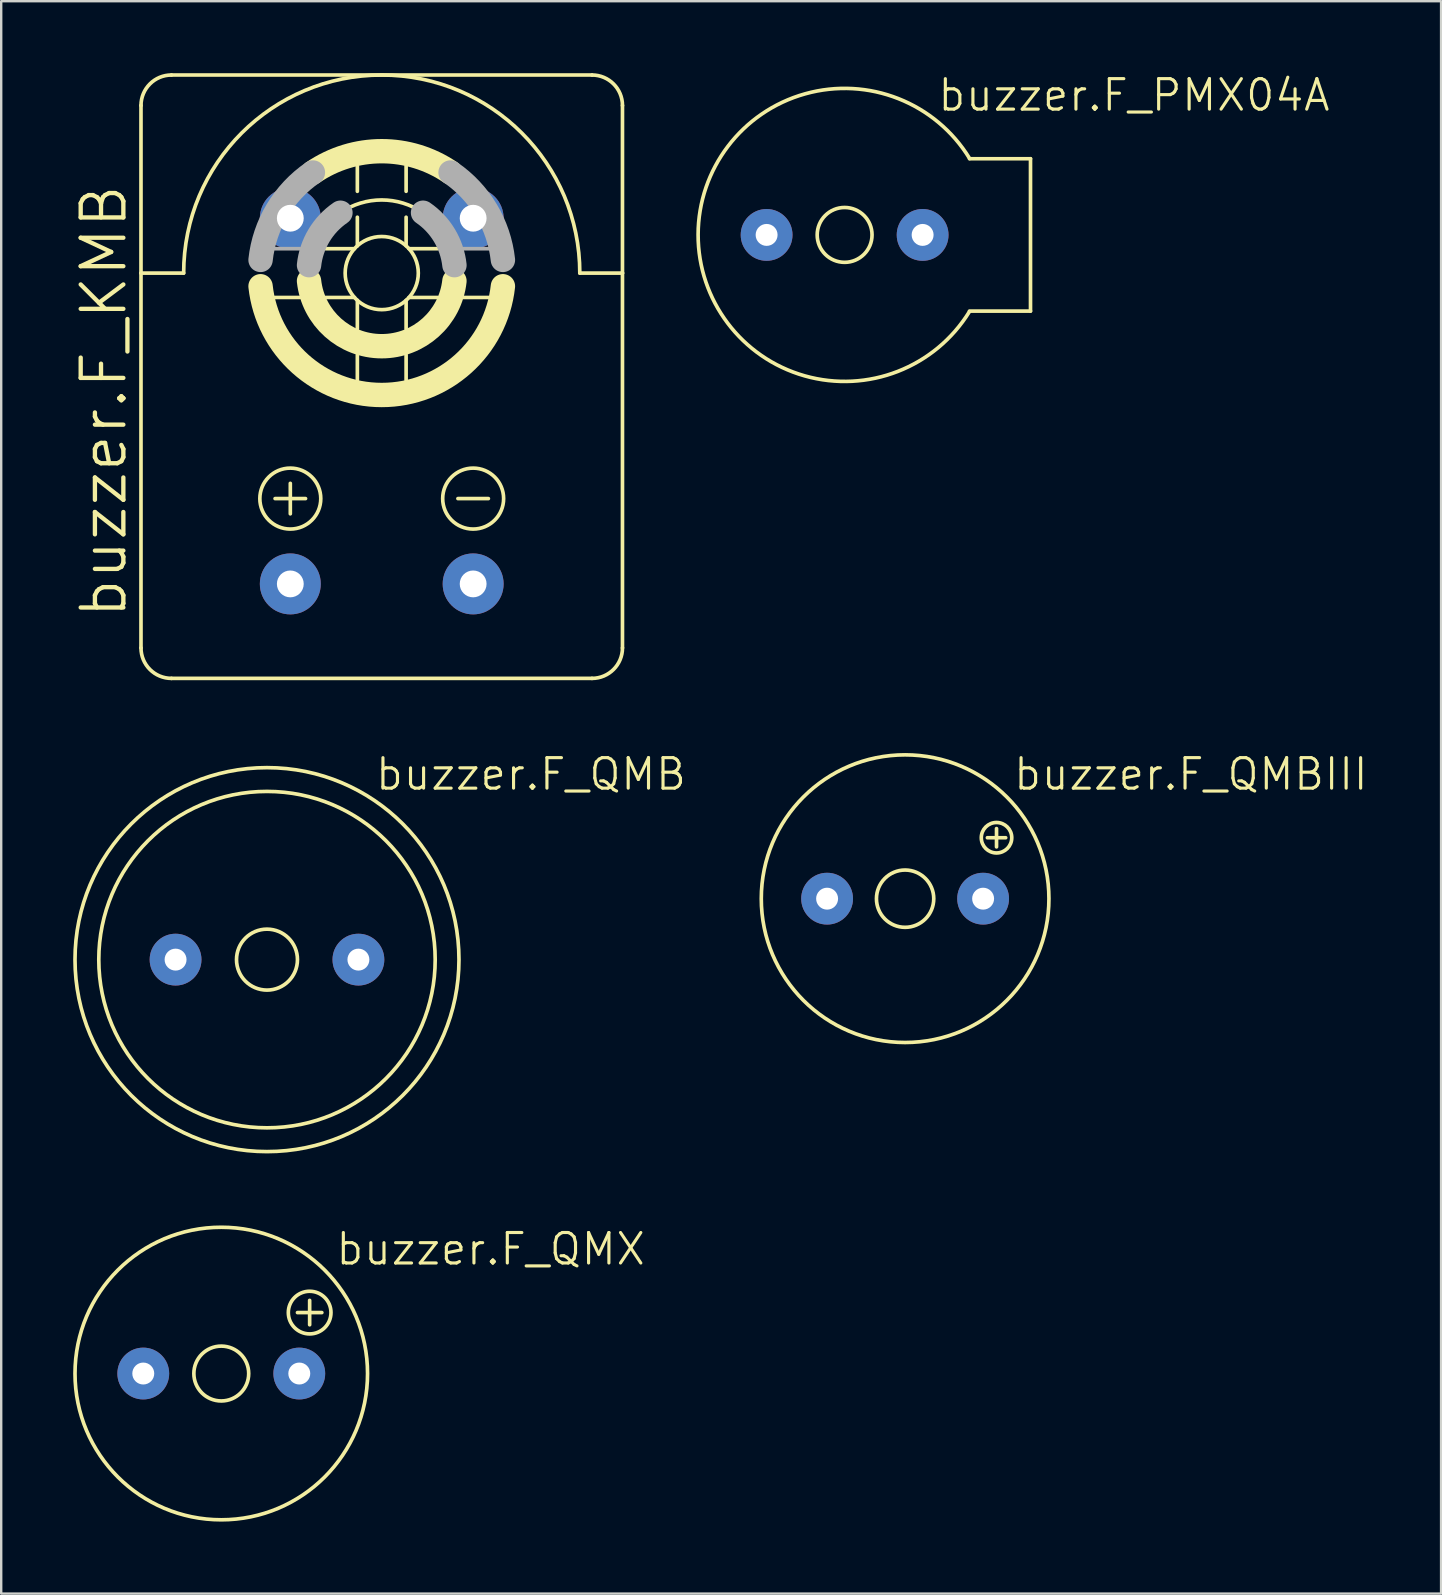
<source format=kicad_pcb>
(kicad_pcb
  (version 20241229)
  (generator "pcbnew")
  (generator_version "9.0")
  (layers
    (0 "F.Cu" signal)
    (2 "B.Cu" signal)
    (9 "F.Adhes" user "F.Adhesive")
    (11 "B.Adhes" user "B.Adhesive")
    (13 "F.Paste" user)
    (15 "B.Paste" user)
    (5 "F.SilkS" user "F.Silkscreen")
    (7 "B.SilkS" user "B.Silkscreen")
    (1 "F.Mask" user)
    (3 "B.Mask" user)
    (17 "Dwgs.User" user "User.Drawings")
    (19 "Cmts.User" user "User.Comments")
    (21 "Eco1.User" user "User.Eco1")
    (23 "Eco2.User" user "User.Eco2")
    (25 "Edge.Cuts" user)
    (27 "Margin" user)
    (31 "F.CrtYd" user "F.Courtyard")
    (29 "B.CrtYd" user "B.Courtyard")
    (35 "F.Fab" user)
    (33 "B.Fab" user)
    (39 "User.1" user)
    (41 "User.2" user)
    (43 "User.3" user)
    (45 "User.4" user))
  (footprint "buzzer.F_QMX"
    (layer "F.Cu")
    (at 6.172 54.193)
    (property "Reference" "buzzer.F_QMX" (at 4.699 -4.445 0) (layer "F.SilkS") (effects (font (size 1.27 1.27) (thickness 0.13)) (justify left bottom)))
    (attr through_hole)
    (fp_line (start 3.175 -2.54) (end 4.191 -2.54) (stroke (width 0.152) (type default)) (layer "F.SilkS"))
    (fp_line (start 3.683 -2.032) (end 3.683 -3.048) (stroke (width 0.152) (type default)) (layer "F.SilkS"))
    (fp_circle (center 0 0) (end 1.143 0) (stroke (width 0.152) (type default)) (fill no) (layer "F.SilkS"))
    (fp_circle (center 0 0) (end 6.096 0) (stroke (width 0.152) (type default)) (fill no) (layer "F.SilkS"))
    (fp_circle (center 3.683 -2.54) (end 4.572 -2.54) (stroke (width 0.152) (type default)) (fill no) (layer "F.SilkS"))
    (pad "+" thru_hole circle (at 3.251 0) (size 2.159 2.159) (drill 0.914) (layers "*.Cu" "*.Mask"))
    (pad "-" thru_hole circle (at -3.251 0) (size 2.159 2.159) (drill 0.914) (layers "*.Cu" "*.Mask")))
  (footprint "buzzer.F_KMB"
    (layer "F.Cu")
    (at 12.859 12.649)
    (property "Reference" "buzzer.F_KMB" (at -10.541 10.16 90) (layer "F.SilkS") (effects (font (size 1.778 1.778) (thickness 0.18)) (justify left bottom)))
    (attr through_hole)
    (fp_line (start -10.033 -11.303) (end -10.033 -4.318) (stroke (width 0.152) (type default)) (layer "F.SilkS"))
    (fp_line (start -10.033 -4.318) (end -10.033 11.303) (stroke (width 0.152) (type default)) (layer "F.SilkS"))
    (fp_line (start -10.033 -4.318) (end -8.255 -4.318) (stroke (width 0.152) (type default)) (layer "F.SilkS"))
    (fp_line (start -8.763 -12.573) (end 8.763 -12.573) (stroke (width 0.152) (type default)) (layer "F.SilkS"))
    (fp_line (start -8.763 12.573) (end 8.763 12.573) (stroke (width 0.152) (type default)) (layer "F.SilkS"))
    (fp_line (start -4.46 -3.302) (end -3.408 -3.302) (stroke (width 0.152) (type default)) (layer "F.SilkS"))
    (fp_line (start -4.445 5.08) (end -3.175 5.08) (stroke (width 0.152) (type default)) (layer "F.SilkS"))
    (fp_line (start -3.81 5.715) (end -3.81 4.445) (stroke (width 0.152) (type default)) (layer "F.SilkS"))
    (fp_line (start -2.328 -5.334) (end -1.136 -5.334) (stroke (width 0.152) (type default)) (layer "F.SilkS"))
    (fp_line (start -2.328 -3.302) (end -1.136 -3.302) (stroke (width 0.152) (type default)) (layer "F.SilkS"))
    (fp_line (start -1.016 -8.778) (end -1.016 -7.726) (stroke (width 0.152) (type default)) (layer "F.SilkS"))
    (fp_line (start -1.016 -6.646) (end -1.016 -5.454) (stroke (width 0.152) (type default)) (layer "F.SilkS"))
    (fp_line (start -1.016 -3.182) (end -1.016 -1.99) (stroke (width 0.152) (type default)) (layer "F.SilkS"))
    (fp_line (start -1.016 -0.91) (end -1.016 0.142) (stroke (width 0.152) (type default)) (layer "F.SilkS"))
    (fp_line (start 1.016 -8.778) (end 1.016 -7.726) (stroke (width 0.152) (type default)) (layer "F.SilkS"))
    (fp_line (start 1.016 -6.646) (end 1.016 -5.454) (stroke (width 0.152) (type default)) (layer "F.SilkS"))
    (fp_line (start 1.016 -3.182) (end 1.016 -1.99) (stroke (width 0.152) (type default)) (layer "F.SilkS"))
    (fp_line (start 1.016 -0.91) (end 1.016 0.142) (stroke (width 0.152) (type default)) (layer "F.SilkS"))
    (fp_line (start 1.136 -5.334) (end 2.328 -5.334) (stroke (width 0.152) (type default)) (layer "F.SilkS"))
    (fp_line (start 1.136 -3.302) (end 2.328 -3.302) (stroke (width 0.152) (type default)) (layer "F.SilkS"))
    (fp_line (start 3.175 5.08) (end 4.445 5.08) (stroke (width 0.152) (type default)) (layer "F.SilkS"))
    (fp_line (start 3.408 -3.302) (end 4.46 -3.302) (stroke (width 0.152) (type default)) (layer "F.SilkS"))
    (fp_line (start 8.255 -4.318) (end 10.033 -4.318) (stroke (width 0.152) (type default)) (layer "F.SilkS"))
    (fp_line (start 10.033 -11.303) (end 10.033 -4.318) (stroke (width 0.152) (type default)) (layer "F.SilkS"))
    (fp_line (start 10.033 -4.318) (end 10.033 11.303) (stroke (width 0.152) (type default)) (layer "F.SilkS"))
    (fp_arc (start -10.033 -11.303) (mid -9.661026 -12.201026) (end -8.763 -12.573) (stroke (width 0.1524) (type default)) (layer "F.SilkS"))
    (fp_arc (start -8.763 12.573) (mid -9.661026 12.201026) (end -10.033 11.303) (stroke (width 0.1524) (type default)) (layer "F.SilkS"))
    (fp_arc (start -8.255 -4.318) (mid 0 -12.573) (end 8.255 -4.318) (stroke (width 0.1524) (type default)) (layer "F.SilkS"))
    (fp_arc (start -2.8686 -8.5106) (mid 0 -9.398036) (end 2.8686 -8.5106) (stroke (width 1.016) (type default)) (layer "F.SilkS"))
    (fp_arc (start -1.7212 -6.8335) (mid 0 -7.365994) (end 1.7212 -6.8335) (stroke (width 0.1524) (type default)) (layer "F.SilkS"))
    (fp_arc (start 3.0302 -3.9886) (mid 0 -1.269949) (end -3.0302 -3.9886) (stroke (width 1.016) (type default)) (layer "F.SilkS"))
    (fp_arc (start 5.0503 -3.769098) (mid 0 0.762043) (end -5.0503 -3.769098) (stroke (width 1.016) (type default)) (layer "F.SilkS"))
    (fp_arc (start 8.763 -12.573) (mid 9.661026 -12.201026) (end 10.033 -11.303) (stroke (width 0.1524) (type default)) (layer "F.SilkS"))
    (fp_arc (start 10.033 11.303) (mid 9.661026 12.201026) (end 8.763 12.573) (stroke (width 0.1524) (type default)) (layer "F.SilkS"))
    (fp_circle (center -3.81 5.08) (end -2.54 5.08) (stroke (width 0.152) (type default)) (fill no) (layer "F.SilkS"))
    (fp_circle (center 0 -4.318) (end 1.524 -4.318) (stroke (width 0.152) (type default)) (fill no) (layer "F.SilkS"))
    (fp_circle (center 3.81 5.08) (end 5.08 5.08) (stroke (width 0.152) (type default)) (fill no) (layer "F.SilkS"))
    (fp_line (start -4.46 -5.334) (end -3.408 -5.334) (stroke (width 0.152) (type default)) (layer "F.Fab"))
    (fp_line (start 3.408 -5.334) (end 4.46 -5.334) (stroke (width 0.152) (type default)) (layer "F.Fab"))
    (fp_arc (start -5.0503 -4.8669) (mid -4.358484 -6.927675) (end -2.8686 -8.5106) (stroke (width 1.016) (type default)) (layer "F.Fab"))
    (fp_arc (start -3.0301 -4.6474) (mid -2.615047 -5.883786) (end -1.7212 -6.8335) (stroke (width 1.016) (type default)) (layer "F.Fab"))
    (fp_arc (start 1.7212 -6.8335) (mid 2.615138 -5.883802) (end 3.0303 -4.6474) (stroke (width 1.016) (type default)) (layer "F.Fab"))
    (fp_arc (start 2.8686 -8.5106) (mid 4.358529 -6.927684) (end 5.0504 -4.8669) (stroke (width 1.016) (type default)) (layer "F.Fab"))
    (pad "+" thru_hole circle (at -3.81 8.636) (size 2.54 2.54) (drill 1.118) (layers "*.Cu" "*.Mask"))
    (pad "-" thru_hole circle (at 3.81 8.636) (size 2.54 2.54) (drill 1.118) (layers "*.Cu" "*.Mask"))
    (pad "2" thru_hole circle (at 3.81 -6.604) (size 2.54 2.54) (drill 1.118) (layers "*.Cu" "*.Mask"))
    (pad "C" thru_hole circle (at -3.81 -6.604) (size 2.54 2.54) (drill 1.118) (layers "*.Cu" "*.Mask")))
  (footprint "buzzer.F_QMB"
    (layer "F.Cu")
    (at 8.077 36.943)
    (property "Reference" "buzzer.F_QMB" (at 4.445 -6.985 0) (layer "F.SilkS") (effects (font (size 1.27 1.27) (thickness 0.13)) (justify left bottom)))
    (attr through_hole)
    (fp_circle (center 0 0) (end 1.27 0) (stroke (width 0.152) (type default)) (fill no) (layer "F.SilkS"))
    (fp_circle (center 0 0) (end 7.01 0) (stroke (width 0.152) (type default)) (fill no) (layer "F.SilkS"))
    (fp_circle (center 0 0) (end 8.001 0) (stroke (width 0.152) (type default)) (fill no) (layer "F.SilkS"))
    (pad "+" thru_hole circle (at 3.81 0) (size 2.159 2.159) (drill 0.914) (layers "*.Cu" "*.Mask"))
    (pad "-" thru_hole circle (at -3.81 0) (size 2.159 2.159) (drill 0.914) (layers "*.Cu" "*.Mask")))
  (footprint "buzzer.F_PMX04A"
    (layer "F.Cu")
    (at 32.15 6.74)
    (property "Reference" "buzzer.F_PMX04A" (at 3.81 -5.08 0) (layer "F.SilkS") (effects (font (size 1.27 1.27) (thickness 0.13)) (justify left bottom)))
    (attr through_hole)
    (fp_line (start 5.204 -3.175) (end 7.747 -3.175) (stroke (width 0.152) (type default)) (layer "F.SilkS"))
    (fp_line (start 5.204 3.175) (end 7.747 3.175) (stroke (width 0.152) (type default)) (layer "F.SilkS"))
    (fp_line (start 7.747 -3.175) (end 7.747 3.175) (stroke (width 0.152) (type default)) (layer "F.SilkS"))
    (fp_arc (start 5.199999 3.2) (mid -6.10554 -0.010668) (end 5.21115 -3.181809) (stroke (width 0.1524) (type default)) (layer "F.SilkS"))
    (fp_circle (center 0 0) (end 1.143 0) (stroke (width 0.152) (type default)) (fill no) (layer "F.SilkS"))
    (pad "+" thru_hole circle (at 3.251 0) (size 2.159 2.159) (drill 0.914) (layers "*.Cu" "*.Mask"))
    (pad "-" thru_hole circle (at -3.251 0) (size 2.159 2.159) (drill 0.914) (layers "*.Cu" "*.Mask")))
  (footprint "buzzer.F_QMBIII"
    (layer "F.Cu")
    (at 34.671 34.403)
    (property "Reference" "buzzer.F_QMBIII" (at 4.445 -4.445 0) (layer "F.SilkS") (effects (font (size 1.27 1.27) (thickness 0.13)) (justify left bottom)))
    (attr through_hole)
    (fp_line (start 3.429 -2.54) (end 4.191 -2.54) (stroke (width 0.152) (type default)) (layer "F.SilkS"))
    (fp_line (start 3.81 -2.159) (end 3.81 -2.921) (stroke (width 0.152) (type default)) (layer "F.SilkS"))
    (fp_circle (center 0 0) (end 1.194 0) (stroke (width 0.152) (type default)) (fill no) (layer "F.SilkS"))
    (fp_circle (center 0 0) (end 5.994 0) (stroke (width 0.152) (type default)) (fill no) (layer "F.SilkS"))
    (fp_circle (center 3.81 -2.54) (end 4.445 -2.54) (stroke (width 0.152) (type default)) (fill no) (layer "F.SilkS"))
    (pad "+" thru_hole circle (at 3.251 0) (size 2.159 2.159) (drill 0.914) (layers "*.Cu" "*.Mask"))
    (pad "-" thru_hole circle (at -3.251 0) (size 2.159 2.159) (drill 0.914) (layers "*.Cu" "*.Mask")))
  (gr_rect
    (start -3 -3)
    (end 57.008 63.365)
    (stroke (width 0.1) (type default))
    (fill no)
    (layer "Edge.Cuts")))
</source>
